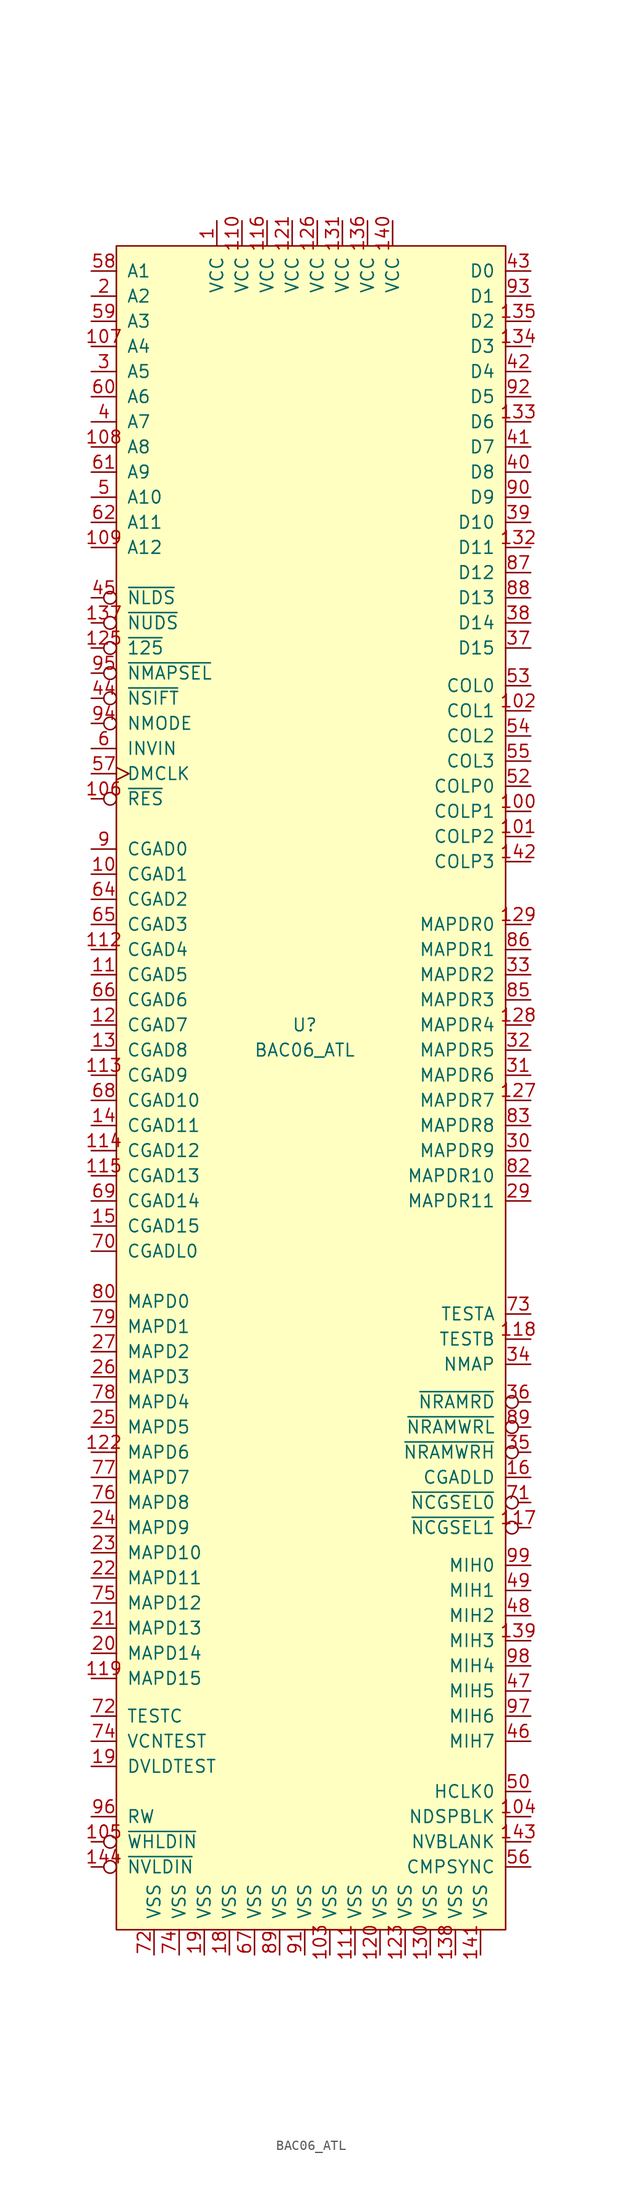
<source format=kicad_sym>
(kicad_symbol_lib
  (version 20211014)
  (generator kicad_symbol_editor)
  (symbol "BAC06_ATL"
    (pin_names
      (offset 1.016))
    (property "Reference" "U"
      (at 0 3.81 0)
      (effects (font (size 1.27 1.27))))
    (property "Value" "BAC06_ATL"
      (at 0 1.27 0)
      (effects (font (size 1.27 1.27))))
    (symbol "BAC06_ATL_1_1"
      (rectangle (start -19.05 82.55) (end 20.32 -87.63) (stroke (width 0) (type default) (color 0 0 0 0)) (fill (type background)))
      (pin power_in line (at -8.89 85.09 270) (length 2.54) (name "VCC" (effects (font (size 1.27 1.27)))) (number "1" (effects (font (size 1.27 1.27)))))
      (pin bidirectional line (at -21.59 19.05 0) (length 2.54) (name "CGAD1" (effects (font (size 1.27 1.27)))) (number "10" (effects (font (size 1.27 1.27)))))
      (pin output line (at 22.86 25.4 180) (length 2.54) (name "COLP1" (effects (font (size 1.27 1.27)))) (number "100" (effects (font (size 1.27 1.27)))))
      (pin output line (at 22.86 22.86 180) (length 2.54) (name "COLP2" (effects (font (size 1.27 1.27)))) (number "101" (effects (font (size 1.27 1.27)))))
      (pin output line (at 22.86 35.56 180) (length 2.54) (name "COL1" (effects (font (size 1.27 1.27)))) (number "102" (effects (font (size 1.27 1.27)))))
      (pin power_in line (at 2.54 -90.17 90) (length 2.54) (name "VSS" (effects (font (size 1.27 1.27)))) (number "103" (effects (font (size 1.27 1.27)))))
      (pin output line (at 22.86 -76.2 180) (length 2.54) (name "NDSPBLK" (effects (font (size 1.27 1.27)))) (number "104" (effects (font (size 1.27 1.27)))))
      (pin input inverted (at -21.59 -78.74 0) (length 2.54) (name "~{WHLDIN}" (effects (font (size 1.27 1.27)))) (number "105" (effects (font (size 1.27 1.27)))))
      (pin input inverted (at -21.59 26.67 0) (length 2.54) (name "~{RES}" (effects (font (size 1.27 1.27)))) (number "106" (effects (font (size 1.27 1.27)))))
      (pin input line (at -21.59 72.39 0) (length 2.54) (name "A4" (effects (font (size 1.27 1.27)))) (number "107" (effects (font (size 1.27 1.27)))))
      (pin input line (at -21.59 62.23 0) (length 2.54) (name "A8" (effects (font (size 1.27 1.27)))) (number "108" (effects (font (size 1.27 1.27)))))
      (pin input line (at -21.59 52.07 0) (length 2.54) (name "A12" (effects (font (size 1.27 1.27)))) (number "109" (effects (font (size 1.27 1.27)))))
      (pin bidirectional line (at -21.59 8.89 0) (length 2.54) (name "CGAD5" (effects (font (size 1.27 1.27)))) (number "11" (effects (font (size 1.27 1.27)))))
      (pin power_in line (at -6.35 85.09 270) (length 2.54) (name "VCC" (effects (font (size 1.27 1.27)))) (number "110" (effects (font (size 1.27 1.27)))))
      (pin power_in line (at 5.08 -90.17 90) (length 2.54) (name "VSS" (effects (font (size 1.27 1.27)))) (number "111" (effects (font (size 1.27 1.27)))))
      (pin bidirectional line (at -21.59 11.43 0) (length 2.54) (name "CGAD4" (effects (font (size 1.27 1.27)))) (number "112" (effects (font (size 1.27 1.27)))))
      (pin bidirectional line (at -21.59 -1.27 0) (length 2.54) (name "CGAD9" (effects (font (size 1.27 1.27)))) (number "113" (effects (font (size 1.27 1.27)))))
      (pin bidirectional line (at -21.59 -8.89 0) (length 2.54) (name "CGAD12" (effects (font (size 1.27 1.27)))) (number "114" (effects (font (size 1.27 1.27)))))
      (pin bidirectional line (at -21.59 -11.43 0) (length 2.54) (name "CGAD13" (effects (font (size 1.27 1.27)))) (number "115" (effects (font (size 1.27 1.27)))))
      (pin power_in line (at -3.81 85.09 270) (length 2.54) (name "VCC" (effects (font (size 1.27 1.27)))) (number "116" (effects (font (size 1.27 1.27)))))
      (pin output inverted (at 22.86 -46.99 180) (length 2.54) (name "~{NCGSEL1}" (effects (font (size 1.27 1.27)))) (number "117" (effects (font (size 1.27 1.27)))))
      (pin output line (at 22.86 -27.94 180) (length 2.54) (name "TESTB" (effects (font (size 1.27 1.27)))) (number "118" (effects (font (size 1.27 1.27)))))
      (pin bidirectional line (at -21.59 -62.23 0) (length 2.54) (name "MAPD15" (effects (font (size 1.27 1.27)))) (number "119" (effects (font (size 1.27 1.27)))))
      (pin bidirectional line (at -21.59 3.81 0) (length 2.54) (name "CGAD7" (effects (font (size 1.27 1.27)))) (number "12" (effects (font (size 1.27 1.27)))))
      (pin power_in line (at 7.62 -90.17 90) (length 2.54) (name "VSS" (effects (font (size 1.27 1.27)))) (number "120" (effects (font (size 1.27 1.27)))))
      (pin power_in line (at -1.27 85.09 270) (length 2.54) (name "VCC" (effects (font (size 1.27 1.27)))) (number "121" (effects (font (size 1.27 1.27)))))
      (pin bidirectional line (at -21.59 -39.37 0) (length 2.54) (name "MAPD6" (effects (font (size 1.27 1.27)))) (number "122" (effects (font (size 1.27 1.27)))))
      (pin power_in line (at 10.16 -90.17 90) (length 2.54) (name "VSS" (effects (font (size 1.27 1.27)))) (number "123" (effects (font (size 1.27 1.27)))))
      (pin input inverted (at -21.59 41.91 0) (length 2.54) (name "~{125}" (effects (font (size 1.27 1.27)))) (number "125" (effects (font (size 1.27 1.27)))))
      (pin power_in line (at 1.27 85.09 270) (length 2.54) (name "VCC" (effects (font (size 1.27 1.27)))) (number "126" (effects (font (size 1.27 1.27)))))
      (pin output line (at 22.86 -3.81 180) (length 2.54) (name "MAPDR7" (effects (font (size 1.27 1.27)))) (number "127" (effects (font (size 1.27 1.27)))))
      (pin output line (at 22.86 3.81 180) (length 2.54) (name "MAPDR4" (effects (font (size 1.27 1.27)))) (number "128" (effects (font (size 1.27 1.27)))))
      (pin output line (at 22.86 13.97 180) (length 2.54) (name "MAPDR0" (effects (font (size 1.27 1.27)))) (number "129" (effects (font (size 1.27 1.27)))))
      (pin bidirectional line (at -21.59 1.27 0) (length 2.54) (name "CGAD8" (effects (font (size 1.27 1.27)))) (number "13" (effects (font (size 1.27 1.27)))))
      (pin power_in line (at 12.7 -90.17 90) (length 2.54) (name "VSS" (effects (font (size 1.27 1.27)))) (number "130" (effects (font (size 1.27 1.27)))))
      (pin power_in line (at 3.81 85.09 270) (length 2.54) (name "VCC" (effects (font (size 1.27 1.27)))) (number "131" (effects (font (size 1.27 1.27)))))
      (pin bidirectional line (at 22.86 52.07 180) (length 2.54) (name "D11" (effects (font (size 1.27 1.27)))) (number "132" (effects (font (size 1.27 1.27)))))
      (pin bidirectional line (at 22.86 64.77 180) (length 2.54) (name "D6" (effects (font (size 1.27 1.27)))) (number "133" (effects (font (size 1.27 1.27)))))
      (pin bidirectional line (at 22.86 72.39 180) (length 2.54) (name "D3" (effects (font (size 1.27 1.27)))) (number "134" (effects (font (size 1.27 1.27)))))
      (pin bidirectional line (at 22.86 74.93 180) (length 2.54) (name "D2" (effects (font (size 1.27 1.27)))) (number "135" (effects (font (size 1.27 1.27)))))
      (pin power_in line (at 6.35 85.09 270) (length 2.54) (name "VCC" (effects (font (size 1.27 1.27)))) (number "136" (effects (font (size 1.27 1.27)))))
      (pin input inverted (at -21.59 44.45 0) (length 2.54) (name "~{NUDS}" (effects (font (size 1.27 1.27)))) (number "137" (effects (font (size 1.27 1.27)))))
      (pin power_in line (at 15.24 -90.17 90) (length 2.54) (name "VSS" (effects (font (size 1.27 1.27)))) (number "138" (effects (font (size 1.27 1.27)))))
      (pin output line (at 22.86 -58.42 180) (length 2.54) (name "MIH3" (effects (font (size 1.27 1.27)))) (number "139" (effects (font (size 1.27 1.27)))))
      (pin bidirectional line (at -21.59 -6.35 0) (length 2.54) (name "CGAD11" (effects (font (size 1.27 1.27)))) (number "14" (effects (font (size 1.27 1.27)))))
      (pin power_in line (at 8.89 85.09 270) (length 2.54) (name "VCC" (effects (font (size 1.27 1.27)))) (number "140" (effects (font (size 1.27 1.27)))))
      (pin power_in line (at 17.78 -90.17 90) (length 2.54) (name "VSS" (effects (font (size 1.27 1.27)))) (number "141" (effects (font (size 1.27 1.27)))))
      (pin output line (at 22.86 20.32 180) (length 2.54) (name "COLP3" (effects (font (size 1.27 1.27)))) (number "142" (effects (font (size 1.27 1.27)))))
      (pin output line (at 22.86 -78.74 180) (length 2.54) (name "NVBLANK" (effects (font (size 1.27 1.27)))) (number "143" (effects (font (size 1.27 1.27)))))
      (pin input inverted (at -21.59 -81.28 0) (length 2.54) (name "~{NVLDIN}" (effects (font (size 1.27 1.27)))) (number "144" (effects (font (size 1.27 1.27)))))
      (pin bidirectional line (at -21.59 -16.51 0) (length 2.54) (name "CGAD15" (effects (font (size 1.27 1.27)))) (number "15" (effects (font (size 1.27 1.27)))))
      (pin output line (at 22.86 -41.91 180) (length 2.54) (name "CGADLD" (effects (font (size 1.27 1.27)))) (number "16" (effects (font (size 1.27 1.27)))))
      (pin power_in line (at -7.62 -90.17 90) (length 2.54) (name "VSS" (effects (font (size 1.27 1.27)))) (number "18" (effects (font (size 1.27 1.27)))))
      (pin input line (at -21.59 -71.12 0) (length 2.54) (name "DVLDTEST" (effects (font (size 1.27 1.27)))) (number "19" (effects (font (size 1.27 1.27)))))
      (pin power_in line (at -10.16 -90.17 90) (length 2.54) (name "VSS" (effects (font (size 1.27 1.27)))) (number "19" (effects (font (size 1.27 1.27)))))
      (pin input line (at -21.59 77.47 0) (length 2.54) (name "A2" (effects (font (size 1.27 1.27)))) (number "2" (effects (font (size 1.27 1.27)))))
      (pin bidirectional line (at -21.59 -59.69 0) (length 2.54) (name "MAPD14" (effects (font (size 1.27 1.27)))) (number "20" (effects (font (size 1.27 1.27)))))
      (pin bidirectional line (at -21.59 -57.15 0) (length 2.54) (name "MAPD13" (effects (font (size 1.27 1.27)))) (number "21" (effects (font (size 1.27 1.27)))))
      (pin bidirectional line (at -21.59 -52.07 0) (length 2.54) (name "MAPD11" (effects (font (size 1.27 1.27)))) (number "22" (effects (font (size 1.27 1.27)))))
      (pin bidirectional line (at -21.59 -49.53 0) (length 2.54) (name "MAPD10" (effects (font (size 1.27 1.27)))) (number "23" (effects (font (size 1.27 1.27)))))
      (pin bidirectional line (at -21.59 -46.99 0) (length 2.54) (name "MAPD9" (effects (font (size 1.27 1.27)))) (number "24" (effects (font (size 1.27 1.27)))))
      (pin bidirectional line (at -21.59 -36.83 0) (length 2.54) (name "MAPD5" (effects (font (size 1.27 1.27)))) (number "25" (effects (font (size 1.27 1.27)))))
      (pin bidirectional line (at -21.59 -31.75 0) (length 2.54) (name "MAPD3" (effects (font (size 1.27 1.27)))) (number "26" (effects (font (size 1.27 1.27)))))
      (pin bidirectional line (at -21.59 -29.21 0) (length 2.54) (name "MAPD2" (effects (font (size 1.27 1.27)))) (number "27" (effects (font (size 1.27 1.27)))))
      (pin output line (at 22.86 -13.97 180) (length 2.54) (name "MAPDR11" (effects (font (size 1.27 1.27)))) (number "29" (effects (font (size 1.27 1.27)))))
      (pin input line (at -21.59 69.85 0) (length 2.54) (name "A5" (effects (font (size 1.27 1.27)))) (number "3" (effects (font (size 1.27 1.27)))))
      (pin output line (at 22.86 -8.89 180) (length 2.54) (name "MAPDR9" (effects (font (size 1.27 1.27)))) (number "30" (effects (font (size 1.27 1.27)))))
      (pin output line (at 22.86 -1.27 180) (length 2.54) (name "MAPDR6" (effects (font (size 1.27 1.27)))) (number "31" (effects (font (size 1.27 1.27)))))
      (pin output line (at 22.86 1.27 180) (length 2.54) (name "MAPDR5" (effects (font (size 1.27 1.27)))) (number "32" (effects (font (size 1.27 1.27)))))
      (pin output line (at 22.86 8.89 180) (length 2.54) (name "MAPDR2" (effects (font (size 1.27 1.27)))) (number "33" (effects (font (size 1.27 1.27)))))
      (pin output line (at 22.86 -30.48 180) (length 2.54) (name "NMAP" (effects (font (size 1.27 1.27)))) (number "34" (effects (font (size 1.27 1.27)))))
      (pin output inverted (at 22.86 -39.37 180) (length 2.54) (name "~{NRAMWRH}" (effects (font (size 1.27 1.27)))) (number "35" (effects (font (size 1.27 1.27)))))
      (pin output inverted (at 22.86 -34.29 180) (length 2.54) (name "~{NRAMRD}" (effects (font (size 1.27 1.27)))) (number "36" (effects (font (size 1.27 1.27)))))
      (pin bidirectional line (at 22.86 41.91 180) (length 2.54) (name "D15" (effects (font (size 1.27 1.27)))) (number "37" (effects (font (size 1.27 1.27)))))
      (pin bidirectional line (at 22.86 44.45 180) (length 2.54) (name "D14" (effects (font (size 1.27 1.27)))) (number "38" (effects (font (size 1.27 1.27)))))
      (pin bidirectional line (at 22.86 54.61 180) (length 2.54) (name "D10" (effects (font (size 1.27 1.27)))) (number "39" (effects (font (size 1.27 1.27)))))
      (pin input line (at -21.59 64.77 0) (length 2.54) (name "A7" (effects (font (size 1.27 1.27)))) (number "4" (effects (font (size 1.27 1.27)))))
      (pin bidirectional line (at 22.86 59.69 180) (length 2.54) (name "D8" (effects (font (size 1.27 1.27)))) (number "40" (effects (font (size 1.27 1.27)))))
      (pin bidirectional line (at 22.86 62.23 180) (length 2.54) (name "D7" (effects (font (size 1.27 1.27)))) (number "41" (effects (font (size 1.27 1.27)))))
      (pin bidirectional line (at 22.86 69.85 180) (length 2.54) (name "D4" (effects (font (size 1.27 1.27)))) (number "42" (effects (font (size 1.27 1.27)))))
      (pin bidirectional line (at 22.86 80.01 180) (length 2.54) (name "D0" (effects (font (size 1.27 1.27)))) (number "43" (effects (font (size 1.27 1.27)))))
      (pin input inverted (at -21.59 36.83 0) (length 2.54) (name "~{NSIFT}" (effects (font (size 1.27 1.27)))) (number "44" (effects (font (size 1.27 1.27)))))
      (pin input inverted (at -21.59 46.99 0) (length 2.54) (name "~{NLDS}" (effects (font (size 1.27 1.27)))) (number "45" (effects (font (size 1.27 1.27)))))
      (pin output line (at 22.86 -68.58 180) (length 2.54) (name "MIH7" (effects (font (size 1.27 1.27)))) (number "46" (effects (font (size 1.27 1.27)))))
      (pin output line (at 22.86 -63.5 180) (length 2.54) (name "MIH5" (effects (font (size 1.27 1.27)))) (number "47" (effects (font (size 1.27 1.27)))))
      (pin output line (at 22.86 -55.88 180) (length 2.54) (name "MIH2" (effects (font (size 1.27 1.27)))) (number "48" (effects (font (size 1.27 1.27)))))
      (pin output line (at 22.86 -53.34 180) (length 2.54) (name "MIH1" (effects (font (size 1.27 1.27)))) (number "49" (effects (font (size 1.27 1.27)))))
      (pin input line (at -21.59 57.15 0) (length 2.54) (name "A10" (effects (font (size 1.27 1.27)))) (number "5" (effects (font (size 1.27 1.27)))))
      (pin output line (at 22.86 -73.66 180) (length 2.54) (name "HCLK0" (effects (font (size 1.27 1.27)))) (number "50" (effects (font (size 1.27 1.27)))))
      (pin output line (at 22.86 27.94 180) (length 2.54) (name "COLP0" (effects (font (size 1.27 1.27)))) (number "52" (effects (font (size 1.27 1.27)))))
      (pin output line (at 22.86 38.1 180) (length 2.54) (name "COL0" (effects (font (size 1.27 1.27)))) (number "53" (effects (font (size 1.27 1.27)))))
      (pin output line (at 22.86 33.02 180) (length 2.54) (name "COL2" (effects (font (size 1.27 1.27)))) (number "54" (effects (font (size 1.27 1.27)))))
      (pin output line (at 22.86 30.48 180) (length 2.54) (name "COL3" (effects (font (size 1.27 1.27)))) (number "55" (effects (font (size 1.27 1.27)))))
      (pin output line (at 22.86 -81.28 180) (length 2.54) (name "CMPSYNC" (effects (font (size 1.27 1.27)))) (number "56" (effects (font (size 1.27 1.27)))))
      (pin input clock (at -21.59 29.21 0) (length 2.54) (name "DMCLK" (effects (font (size 1.27 1.27)))) (number "57" (effects (font (size 1.27 1.27)))))
      (pin input line (at -21.59 80.01 0) (length 2.54) (name "A1" (effects (font (size 1.27 1.27)))) (number "58" (effects (font (size 1.27 1.27)))))
      (pin input line (at -21.59 74.93 0) (length 2.54) (name "A3" (effects (font (size 1.27 1.27)))) (number "59" (effects (font (size 1.27 1.27)))))
      (pin input line (at -21.59 31.75 0) (length 2.54) (name "INVIN" (effects (font (size 1.27 1.27)))) (number "6" (effects (font (size 1.27 1.27)))))
      (pin input line (at -21.59 67.31 0) (length 2.54) (name "A6" (effects (font (size 1.27 1.27)))) (number "60" (effects (font (size 1.27 1.27)))))
      (pin input line (at -21.59 59.69 0) (length 2.54) (name "A9" (effects (font (size 1.27 1.27)))) (number "61" (effects (font (size 1.27 1.27)))))
      (pin input line (at -21.59 54.61 0) (length 2.54) (name "A11" (effects (font (size 1.27 1.27)))) (number "62" (effects (font (size 1.27 1.27)))))
      (pin bidirectional line (at -21.59 16.51 0) (length 2.54) (name "CGAD2" (effects (font (size 1.27 1.27)))) (number "64" (effects (font (size 1.27 1.27)))))
      (pin bidirectional line (at -21.59 13.97 0) (length 2.54) (name "CGAD3" (effects (font (size 1.27 1.27)))) (number "65" (effects (font (size 1.27 1.27)))))
      (pin bidirectional line (at -21.59 6.35 0) (length 2.54) (name "CGAD6" (effects (font (size 1.27 1.27)))) (number "66" (effects (font (size 1.27 1.27)))))
      (pin power_in line (at -5.08 -90.17 90) (length 2.54) (name "VSS" (effects (font (size 1.27 1.27)))) (number "67" (effects (font (size 1.27 1.27)))))
      (pin bidirectional line (at -21.59 -3.81 0) (length 2.54) (name "CGAD10" (effects (font (size 1.27 1.27)))) (number "68" (effects (font (size 1.27 1.27)))))
      (pin bidirectional line (at -21.59 -13.97 0) (length 2.54) (name "CGAD14" (effects (font (size 1.27 1.27)))) (number "69" (effects (font (size 1.27 1.27)))))
      (pin bidirectional line (at -21.59 -19.05 0) (length 2.54) (name "CGADL0" (effects (font (size 1.27 1.27)))) (number "70" (effects (font (size 1.27 1.27)))))
      (pin output inverted (at 22.86 -44.45 180) (length 2.54) (name "~{NCGSEL0}" (effects (font (size 1.27 1.27)))) (number "71" (effects (font (size 1.27 1.27)))))
      (pin input line (at -21.59 -66.04 0) (length 2.54) (name "TESTC" (effects (font (size 1.27 1.27)))) (number "72" (effects (font (size 1.27 1.27)))))
      (pin power_in line (at -15.24 -90.17 90) (length 2.54) (name "VSS" (effects (font (size 1.27 1.27)))) (number "72" (effects (font (size 1.27 1.27)))))
      (pin output line (at 22.86 -25.4 180) (length 2.54) (name "TESTA" (effects (font (size 1.27 1.27)))) (number "73" (effects (font (size 1.27 1.27)))))
      (pin input line (at -21.59 -68.58 0) (length 2.54) (name "VCNTEST" (effects (font (size 1.27 1.27)))) (number "74" (effects (font (size 1.27 1.27)))))
      (pin power_in line (at -12.7 -90.17 90) (length 2.54) (name "VSS" (effects (font (size 1.27 1.27)))) (number "74" (effects (font (size 1.27 1.27)))))
      (pin bidirectional line (at -21.59 -54.61 0) (length 2.54) (name "MAPD12" (effects (font (size 1.27 1.27)))) (number "75" (effects (font (size 1.27 1.27)))))
      (pin bidirectional line (at -21.59 -44.45 0) (length 2.54) (name "MAPD8" (effects (font (size 1.27 1.27)))) (number "76" (effects (font (size 1.27 1.27)))))
      (pin bidirectional line (at -21.59 -41.91 0) (length 2.54) (name "MAPD7" (effects (font (size 1.27 1.27)))) (number "77" (effects (font (size 1.27 1.27)))))
      (pin bidirectional line (at -21.59 -34.29 0) (length 2.54) (name "MAPD4" (effects (font (size 1.27 1.27)))) (number "78" (effects (font (size 1.27 1.27)))))
      (pin bidirectional line (at -21.59 -26.67 0) (length 2.54) (name "MAPD1" (effects (font (size 1.27 1.27)))) (number "79" (effects (font (size 1.27 1.27)))))
      (pin bidirectional line (at -21.59 -24.13 0) (length 2.54) (name "MAPD0" (effects (font (size 1.27 1.27)))) (number "80" (effects (font (size 1.27 1.27)))))
      (pin output line (at 22.86 -11.43 180) (length 2.54) (name "MAPDR10" (effects (font (size 1.27 1.27)))) (number "82" (effects (font (size 1.27 1.27)))))
      (pin output line (at 22.86 -6.35 180) (length 2.54) (name "MAPDR8" (effects (font (size 1.27 1.27)))) (number "83" (effects (font (size 1.27 1.27)))))
      (pin output line (at 22.86 6.35 180) (length 2.54) (name "MAPDR3" (effects (font (size 1.27 1.27)))) (number "85" (effects (font (size 1.27 1.27)))))
      (pin output line (at 22.86 11.43 180) (length 2.54) (name "MAPDR1" (effects (font (size 1.27 1.27)))) (number "86" (effects (font (size 1.27 1.27)))))
      (pin bidirectional line (at 22.86 49.53 180) (length 2.54) (name "D12" (effects (font (size 1.27 1.27)))) (number "87" (effects (font (size 1.27 1.27)))))
      (pin bidirectional line (at 22.86 46.99 180) (length 2.54) (name "D13" (effects (font (size 1.27 1.27)))) (number "88" (effects (font (size 1.27 1.27)))))
      (pin power_in line (at -2.54 -90.17 90) (length 2.54) (name "VSS" (effects (font (size 1.27 1.27)))) (number "89" (effects (font (size 1.27 1.27)))))
      (pin output inverted (at 22.86 -36.83 180) (length 2.54) (name "~{NRAMWRL}" (effects (font (size 1.27 1.27)))) (number "89" (effects (font (size 1.27 1.27)))))
      (pin bidirectional line (at -21.59 21.59 0) (length 2.54) (name "CGAD0" (effects (font (size 1.27 1.27)))) (number "9" (effects (font (size 1.27 1.27)))))
      (pin bidirectional line (at 22.86 57.15 180) (length 2.54) (name "D9" (effects (font (size 1.27 1.27)))) (number "90" (effects (font (size 1.27 1.27)))))
      (pin power_in line (at 0 -90.17 90) (length 2.54) (name "VSS" (effects (font (size 1.27 1.27)))) (number "91" (effects (font (size 1.27 1.27)))))
      (pin bidirectional line (at 22.86 67.31 180) (length 2.54) (name "D5" (effects (font (size 1.27 1.27)))) (number "92" (effects (font (size 1.27 1.27)))))
      (pin bidirectional line (at 22.86 77.47 180) (length 2.54) (name "D1" (effects (font (size 1.27 1.27)))) (number "93" (effects (font (size 1.27 1.27)))))
      (pin input inverted (at -21.59 34.29 0) (length 2.54) (name "NMODE" (effects (font (size 1.27 1.27)))) (number "94" (effects (font (size 1.27 1.27)))))
      (pin input inverted (at -21.59 39.37 0) (length 2.54) (name "~{NMAPSEL}" (effects (font (size 1.27 1.27)))) (number "95" (effects (font (size 1.27 1.27)))))
      (pin input line (at -21.59 -76.2 0) (length 2.54) (name "RW" (effects (font (size 1.27 1.27)))) (number "96" (effects (font (size 1.27 1.27)))))
      (pin output line (at 22.86 -66.04 180) (length 2.54) (name "MIH6" (effects (font (size 1.27 1.27)))) (number "97" (effects (font (size 1.27 1.27)))))
      (pin output line (at 22.86 -60.96 180) (length 2.54) (name "MIH4" (effects (font (size 1.27 1.27)))) (number "98" (effects (font (size 1.27 1.27)))))
      (pin output line (at 22.86 -50.8 180) (length 2.54) (name "MIH0" (effects (font (size 1.27 1.27)))) (number "99" (effects (font (size 1.27 1.27))))))))
</source>
